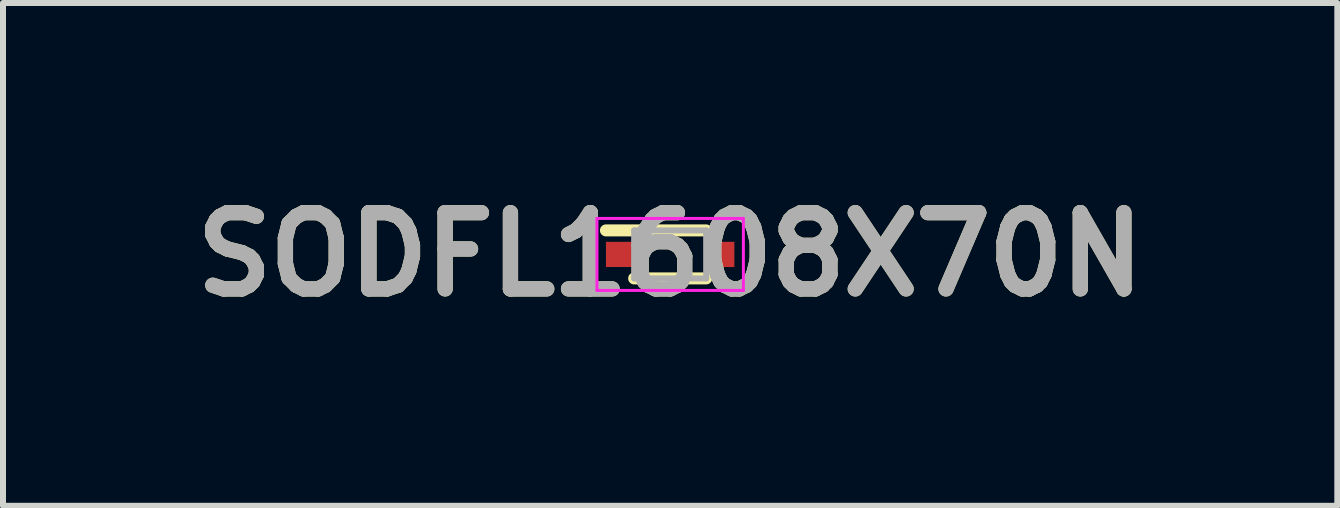
<source format=kicad_pcb>
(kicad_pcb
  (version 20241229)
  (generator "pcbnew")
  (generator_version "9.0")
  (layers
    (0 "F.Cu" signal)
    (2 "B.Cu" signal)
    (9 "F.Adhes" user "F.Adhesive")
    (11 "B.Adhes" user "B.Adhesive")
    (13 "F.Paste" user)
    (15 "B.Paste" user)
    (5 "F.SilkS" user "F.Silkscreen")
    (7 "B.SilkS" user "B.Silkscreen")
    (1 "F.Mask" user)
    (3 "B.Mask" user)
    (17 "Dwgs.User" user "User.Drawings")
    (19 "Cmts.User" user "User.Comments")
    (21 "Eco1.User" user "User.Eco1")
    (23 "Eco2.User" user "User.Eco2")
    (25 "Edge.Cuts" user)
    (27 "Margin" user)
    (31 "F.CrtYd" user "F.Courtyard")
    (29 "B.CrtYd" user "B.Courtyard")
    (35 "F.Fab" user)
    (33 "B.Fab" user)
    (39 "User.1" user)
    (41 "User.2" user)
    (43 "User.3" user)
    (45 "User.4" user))
  (footprint "SODFL1608X70N"
    (layer "F.Cu")
    (at 8.116 1.189)
    (property "Reference" "SODFL1608X70N" (at 0 0 0) (layer "F.SilkS") (effects (font (size 1.27 1.27) (thickness 0.254))))
    (attr smd)
    (fp_line (start -1.07 -0.4) (end 0.6 -0.4) (stroke (width 0.2) (type solid)) (layer "F.SilkS"))
    (fp_line (start -0.6 0.4) (end 0.6 0.4) (stroke (width 0.2) (type solid)) (layer "F.SilkS"))
    (fp_line (start -1.22 -0.6) (end 1.22 -0.6) (stroke (width 0.05) (type solid)) (layer "F.CrtYd"))
    (fp_line (start -1.22 0.6) (end -1.22 -0.6) (stroke (width 0.05) (type solid)) (layer "F.CrtYd"))
    (fp_line (start 1.22 -0.6) (end 1.22 0.6) (stroke (width 0.05) (type solid)) (layer "F.CrtYd"))
    (fp_line (start 1.22 0.6) (end -1.22 0.6) (stroke (width 0.05) (type solid)) (layer "F.CrtYd"))
    (fp_line (start -0.6 -0.4) (end 0.6 -0.4) (stroke (width 0.1) (type solid)) (layer "F.Fab"))
    (fp_line (start -0.6 -0.155) (end -0.355 -0.4) (stroke (width 0.1) (type solid)) (layer "F.Fab"))
    (fp_line (start -0.6 0.4) (end -0.6 -0.4) (stroke (width 0.1) (type solid)) (layer "F.Fab"))
    (fp_line (start 0.6 -0.4) (end 0.6 0.4) (stroke (width 0.1) (type solid)) (layer "F.Fab"))
    (fp_line (start 0.6 0.4) (end -0.6 0.4) (stroke (width 0.1) (type solid)) (layer "F.Fab"))
    (fp_text user "${REFERENCE}" (at 0 0 0) (layer "F.Fab") (effects (font (size 1.27 1.27) (thickness 0.254))))
    (pad "1" smd rect (at -0.825 0 90) (size 0.42 0.49) (layers "F.Cu" "F.Mask" "F.Paste"))
    (pad "2" smd rect (at 0.825 0 90) (size 0.42 0.49) (layers "F.Cu" "F.Mask" "F.Paste")))
  (gr_rect
    (start -3 -3)
    (end 19.232 5.377)
    (stroke (width 0.1) (type default))
    (fill no)
    (layer "Edge.Cuts")))
</source>
